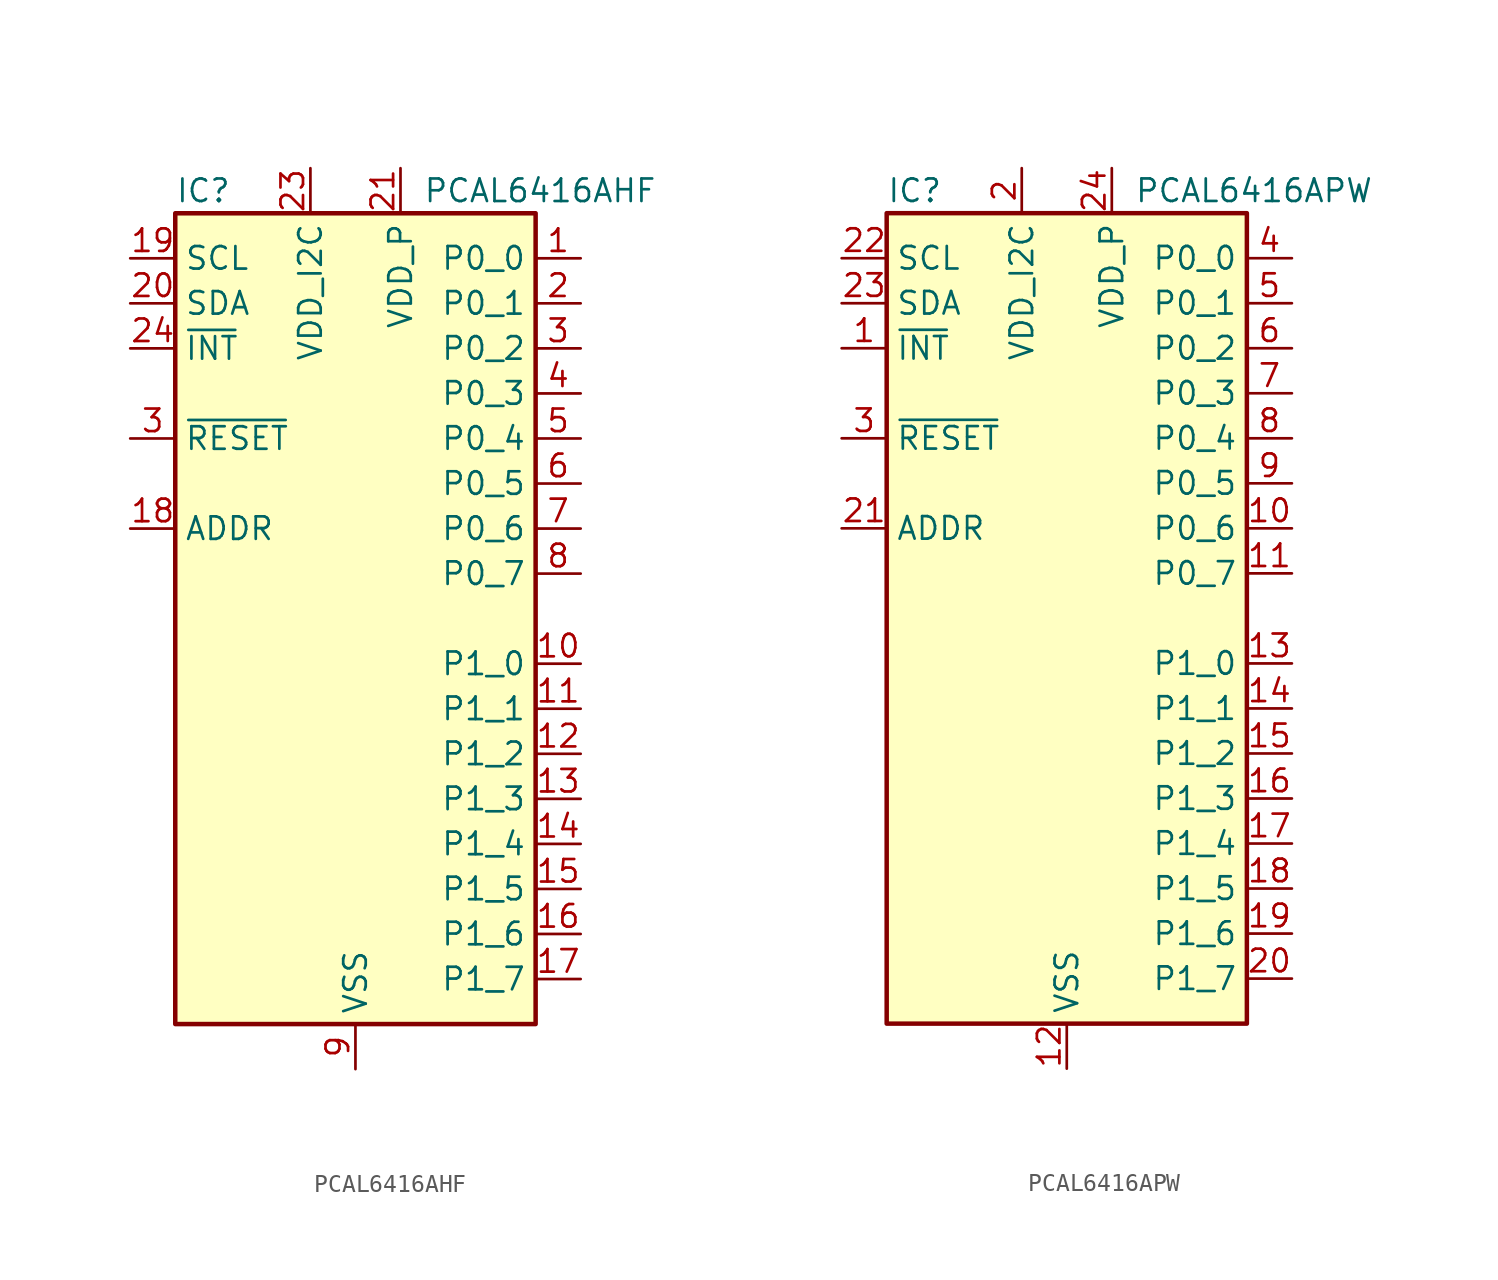
<source format=kicad_sym>
(kicad_symbol_lib
  (version 20211014)
  (generator kicad_symbol_editor)
  (symbol "PCAL6416AHF"
    (property "Reference" "IC"
      (at -10.16 24.13 0)
      (effects (font (size 1.27 1.27)) (justify left)))
    (property "Value" "PCAL6416AHF"
      (at 3.81 24.13 0)
      (effects (font (size 1.27 1.27)) (justify left)))
    (symbol "PCAL6416AHF_0_1"
      (rectangle (start -10.16 22.86) (end 10.16 -22.86) (stroke (width 0.254) (type default) (color 0 0 0 0)) (fill (type background))))
    (symbol "PCAL6416AHF_1_1"
      (pin bidirectional line (at 12.7 20.32 180) (length 2.54) (name "P0_0" (effects (font (size 1.27 1.27)))) (number "1" (effects (font (size 1.27 1.27)))))
      (pin bidirectional line (at 12.7 -2.54 180) (length 2.54) (name "P1_0" (effects (font (size 1.27 1.27)))) (number "10" (effects (font (size 1.27 1.27)))))
      (pin bidirectional line (at 12.7 -5.08 180) (length 2.54) (name "P1_1" (effects (font (size 1.27 1.27)))) (number "11" (effects (font (size 1.27 1.27)))))
      (pin bidirectional line (at 12.7 -7.62 180) (length 2.54) (name "P1_2" (effects (font (size 1.27 1.27)))) (number "12" (effects (font (size 1.27 1.27)))))
      (pin bidirectional line (at 12.7 -10.16 180) (length 2.54) (name "P1_3" (effects (font (size 1.27 1.27)))) (number "13" (effects (font (size 1.27 1.27)))))
      (pin bidirectional line (at 12.7 -12.7 180) (length 2.54) (name "P1_4" (effects (font (size 1.27 1.27)))) (number "14" (effects (font (size 1.27 1.27)))))
      (pin bidirectional line (at 12.7 -15.24 180) (length 2.54) (name "P1_5" (effects (font (size 1.27 1.27)))) (number "15" (effects (font (size 1.27 1.27)))))
      (pin bidirectional line (at 12.7 -17.78 180) (length 2.54) (name "P1_6" (effects (font (size 1.27 1.27)))) (number "16" (effects (font (size 1.27 1.27)))))
      (pin bidirectional line (at 12.7 -20.32 180) (length 2.54) (name "P1_7" (effects (font (size 1.27 1.27)))) (number "17" (effects (font (size 1.27 1.27)))))
      (pin input line (at -12.7 5.08 0) (length 2.54) (name "ADDR" (effects (font (size 1.27 1.27)))) (number "18" (effects (font (size 1.27 1.27)))))
      (pin input line (at -12.7 20.32 0) (length 2.54) (name "SCL" (effects (font (size 1.27 1.27)))) (number "19" (effects (font (size 1.27 1.27)))))
      (pin bidirectional line (at 12.7 17.78 180) (length 2.54) (name "P0_1" (effects (font (size 1.27 1.27)))) (number "2" (effects (font (size 1.27 1.27)))))
      (pin bidirectional line (at -12.7 17.78 0) (length 2.54) (name "SDA" (effects (font (size 1.27 1.27)))) (number "20" (effects (font (size 1.27 1.27)))))
      (pin power_in line (at 2.54 25.4 270) (length 2.54) (name "VDD_P" (effects (font (size 1.27 1.27)))) (number "21" (effects (font (size 1.27 1.27)))))
      (pin power_in line (at -2.54 25.4 270) (length 2.54) (name "VDD_I2C" (effects (font (size 1.27 1.27)))) (number "23" (effects (font (size 1.27 1.27)))))
      (pin open_collector line (at -12.7 15.24 0) (length 2.54) (name "~{INT}" (effects (font (size 1.27 1.27)))) (number "24" (effects (font (size 1.27 1.27)))))
      (pin bidirectional line (at 12.7 15.24 180) (length 2.54) (name "P0_2" (effects (font (size 1.27 1.27)))) (number "3" (effects (font (size 1.27 1.27)))))
      (pin input line (at -12.7 10.16 0) (length 2.54) (name "~{RESET}" (effects (font (size 1.27 1.27)))) (number "3" (effects (font (size 1.27 1.27)))))
      (pin bidirectional line (at 12.7 12.7 180) (length 2.54) (name "P0_3" (effects (font (size 1.27 1.27)))) (number "4" (effects (font (size 1.27 1.27)))))
      (pin bidirectional line (at 12.7 10.16 180) (length 2.54) (name "P0_4" (effects (font (size 1.27 1.27)))) (number "5" (effects (font (size 1.27 1.27)))))
      (pin bidirectional line (at 12.7 7.62 180) (length 2.54) (name "P0_5" (effects (font (size 1.27 1.27)))) (number "6" (effects (font (size 1.27 1.27)))))
      (pin bidirectional line (at 12.7 5.08 180) (length 2.54) (name "P0_6" (effects (font (size 1.27 1.27)))) (number "7" (effects (font (size 1.27 1.27)))))
      (pin bidirectional line (at 12.7 2.54 180) (length 2.54) (name "P0_7" (effects (font (size 1.27 1.27)))) (number "8" (effects (font (size 1.27 1.27)))))
      (pin power_in line (at 0 -25.4 90) (length 2.54) (name "VSS" (effects (font (size 1.27 1.27)))) (number "9" (effects (font (size 1.27 1.27)))))))
  (symbol "PCAL6416APW"
    (property "Reference" "IC"
      (at -10.16 24.13 0)
      (effects (font (size 1.27 1.27)) (justify left)))
    (property "Value" "PCAL6416APW"
      (at 3.81 24.13 0)
      (effects (font (size 1.27 1.27)) (justify left)))
    (symbol "PCAL6416APW_0_1"
      (rectangle (start -10.16 22.86) (end 10.16 -22.86) (stroke (width 0.254) (type default) (color 0 0 0 0)) (fill (type background))))
    (symbol "PCAL6416APW_1_1"
      (pin open_collector line (at -12.7 15.24 0) (length 2.54) (name "~{INT}" (effects (font (size 1.27 1.27)))) (number "1" (effects (font (size 1.27 1.27)))))
      (pin bidirectional line (at 12.7 5.08 180) (length 2.54) (name "P0_6" (effects (font (size 1.27 1.27)))) (number "10" (effects (font (size 1.27 1.27)))))
      (pin bidirectional line (at 12.7 2.54 180) (length 2.54) (name "P0_7" (effects (font (size 1.27 1.27)))) (number "11" (effects (font (size 1.27 1.27)))))
      (pin power_in line (at 0 -25.4 90) (length 2.54) (name "VSS" (effects (font (size 1.27 1.27)))) (number "12" (effects (font (size 1.27 1.27)))))
      (pin bidirectional line (at 12.7 -2.54 180) (length 2.54) (name "P1_0" (effects (font (size 1.27 1.27)))) (number "13" (effects (font (size 1.27 1.27)))))
      (pin bidirectional line (at 12.7 -5.08 180) (length 2.54) (name "P1_1" (effects (font (size 1.27 1.27)))) (number "14" (effects (font (size 1.27 1.27)))))
      (pin bidirectional line (at 12.7 -7.62 180) (length 2.54) (name "P1_2" (effects (font (size 1.27 1.27)))) (number "15" (effects (font (size 1.27 1.27)))))
      (pin bidirectional line (at 12.7 -10.16 180) (length 2.54) (name "P1_3" (effects (font (size 1.27 1.27)))) (number "16" (effects (font (size 1.27 1.27)))))
      (pin bidirectional line (at 12.7 -12.7 180) (length 2.54) (name "P1_4" (effects (font (size 1.27 1.27)))) (number "17" (effects (font (size 1.27 1.27)))))
      (pin bidirectional line (at 12.7 -15.24 180) (length 2.54) (name "P1_5" (effects (font (size 1.27 1.27)))) (number "18" (effects (font (size 1.27 1.27)))))
      (pin bidirectional line (at 12.7 -17.78 180) (length 2.54) (name "P1_6" (effects (font (size 1.27 1.27)))) (number "19" (effects (font (size 1.27 1.27)))))
      (pin power_in line (at -2.54 25.4 270) (length 2.54) (name "VDD_I2C" (effects (font (size 1.27 1.27)))) (number "2" (effects (font (size 1.27 1.27)))))
      (pin bidirectional line (at 12.7 -20.32 180) (length 2.54) (name "P1_7" (effects (font (size 1.27 1.27)))) (number "20" (effects (font (size 1.27 1.27)))))
      (pin input line (at -12.7 5.08 0) (length 2.54) (name "ADDR" (effects (font (size 1.27 1.27)))) (number "21" (effects (font (size 1.27 1.27)))))
      (pin input line (at -12.7 20.32 0) (length 2.54) (name "SCL" (effects (font (size 1.27 1.27)))) (number "22" (effects (font (size 1.27 1.27)))))
      (pin bidirectional line (at -12.7 17.78 0) (length 2.54) (name "SDA" (effects (font (size 1.27 1.27)))) (number "23" (effects (font (size 1.27 1.27)))))
      (pin power_in line (at 2.54 25.4 270) (length 2.54) (name "VDD_P" (effects (font (size 1.27 1.27)))) (number "24" (effects (font (size 1.27 1.27)))))
      (pin input line (at -12.7 10.16 0) (length 2.54) (name "~{RESET}" (effects (font (size 1.27 1.27)))) (number "3" (effects (font (size 1.27 1.27)))))
      (pin bidirectional line (at 12.7 20.32 180) (length 2.54) (name "P0_0" (effects (font (size 1.27 1.27)))) (number "4" (effects (font (size 1.27 1.27)))))
      (pin bidirectional line (at 12.7 17.78 180) (length 2.54) (name "P0_1" (effects (font (size 1.27 1.27)))) (number "5" (effects (font (size 1.27 1.27)))))
      (pin bidirectional line (at 12.7 15.24 180) (length 2.54) (name "P0_2" (effects (font (size 1.27 1.27)))) (number "6" (effects (font (size 1.27 1.27)))))
      (pin bidirectional line (at 12.7 12.7 180) (length 2.54) (name "P0_3" (effects (font (size 1.27 1.27)))) (number "7" (effects (font (size 1.27 1.27)))))
      (pin bidirectional line (at 12.7 10.16 180) (length 2.54) (name "P0_4" (effects (font (size 1.27 1.27)))) (number "8" (effects (font (size 1.27 1.27)))))
      (pin bidirectional line (at 12.7 7.62 180) (length 2.54) (name "P0_5" (effects (font (size 1.27 1.27)))) (number "9" (effects (font (size 1.27 1.27))))))))
</source>
